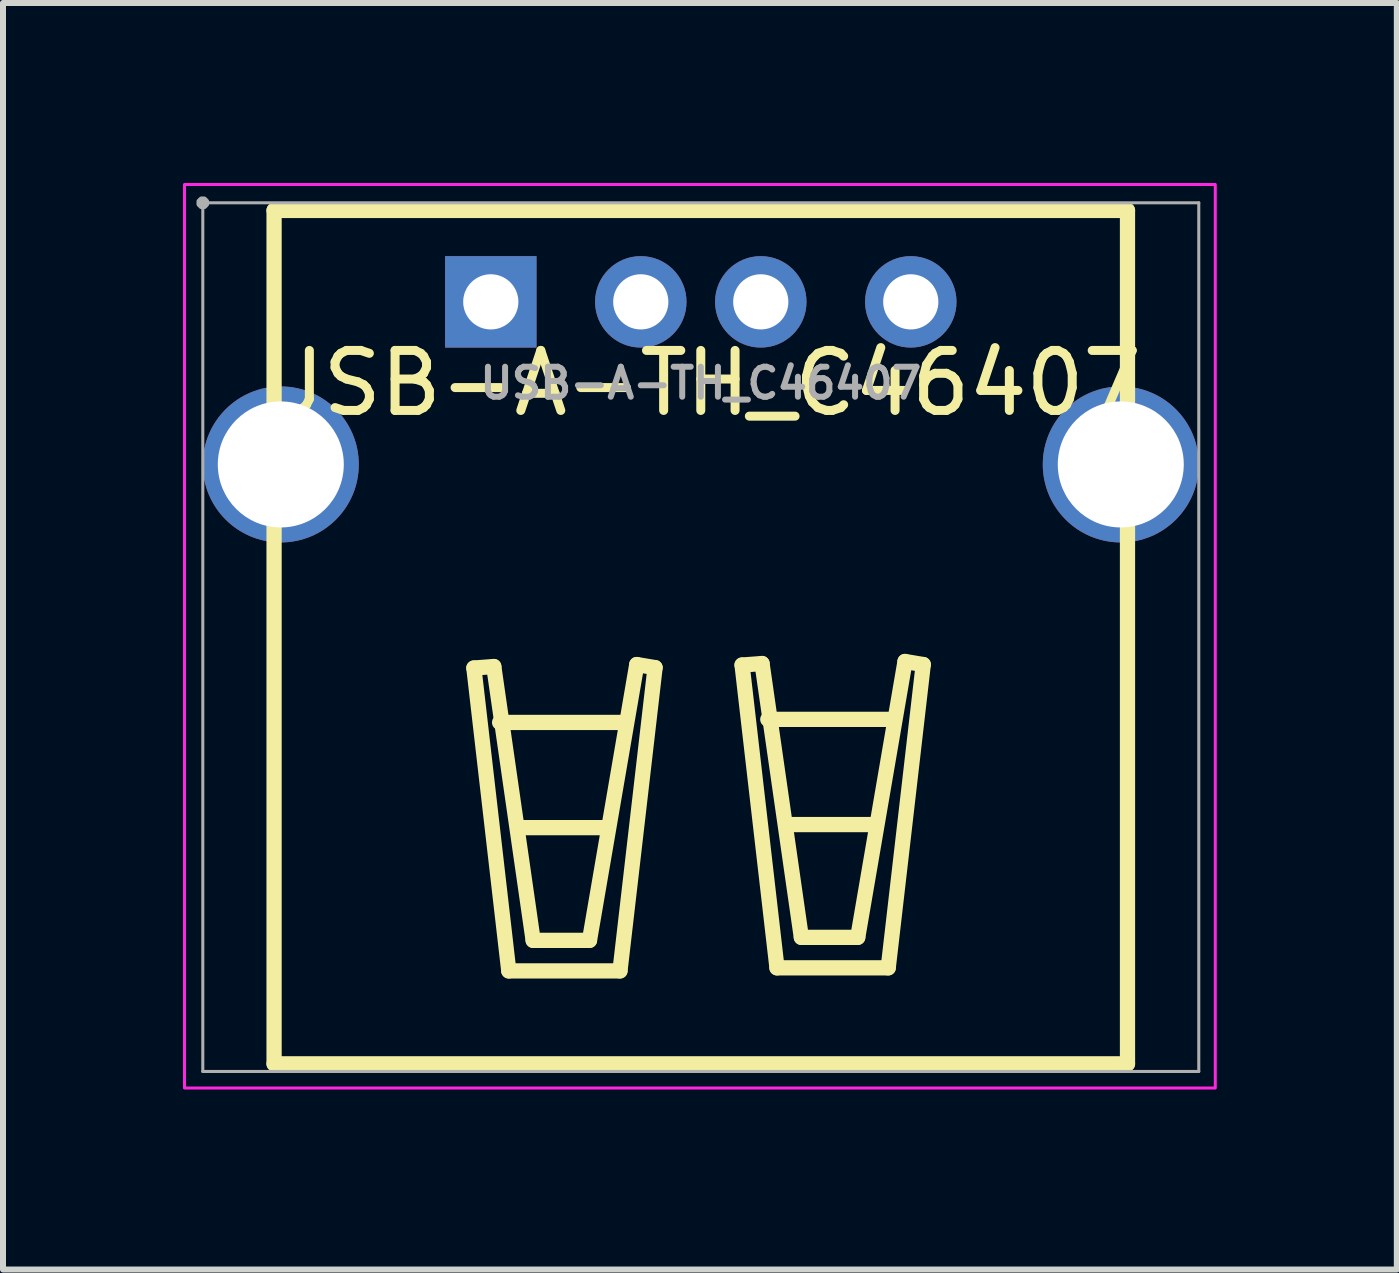
<source format=kicad_pcb>
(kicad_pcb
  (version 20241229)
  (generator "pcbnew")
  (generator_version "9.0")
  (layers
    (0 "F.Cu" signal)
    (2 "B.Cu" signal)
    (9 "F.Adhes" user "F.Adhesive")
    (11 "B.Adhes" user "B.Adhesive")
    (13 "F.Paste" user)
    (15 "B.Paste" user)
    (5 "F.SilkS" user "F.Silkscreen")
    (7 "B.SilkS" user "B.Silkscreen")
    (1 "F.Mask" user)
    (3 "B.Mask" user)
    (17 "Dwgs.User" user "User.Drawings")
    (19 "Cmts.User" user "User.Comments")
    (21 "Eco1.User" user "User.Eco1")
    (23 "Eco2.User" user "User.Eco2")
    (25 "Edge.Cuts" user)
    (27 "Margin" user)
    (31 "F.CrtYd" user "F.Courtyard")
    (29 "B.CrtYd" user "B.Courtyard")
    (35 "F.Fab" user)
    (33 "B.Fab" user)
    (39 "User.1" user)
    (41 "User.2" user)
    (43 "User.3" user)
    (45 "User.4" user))
  (footprint "USB-A-TH_C46407"
    (layer "F.Cu")
    (at 8.63 3.336)
    (property "Reference" "USB-A-TH_C46407" (at 0 0 0) (layer "F.SilkS") (effects (font (size 1 1) (thickness 0.15))))
    (fp_line (start -7.112 -2.879) (end 7.112 -2.879) (stroke (width 0.254) (type default)) (layer "F.SilkS"))
    (fp_line (start -7.112 11.345) (end -7.112 -2.879) (stroke (width 0.254) (type default)) (layer "F.SilkS"))
    (fp_line (start -3.782 4.748) (end -3.2 9.796) (stroke (width 0.254) (type default)) (layer "F.SilkS"))
    (fp_line (start -3.45 4.723) (end -3.782 4.748) (stroke (width 0.254) (type default)) (layer "F.SilkS"))
    (fp_line (start -3.353 5.655) (end -1.27 5.655) (stroke (width 0.254) (type default)) (layer "F.SilkS"))
    (fp_line (start -3.2 9.796) (end -1.347 9.796) (stroke (width 0.254) (type default)) (layer "F.SilkS"))
    (fp_line (start -3.023 7.408) (end -1.575 7.408) (stroke (width 0.254) (type default)) (layer "F.SilkS"))
    (fp_line (start -2.794 9.287) (end -3.45 4.723) (stroke (width 0.254) (type default)) (layer "F.SilkS"))
    (fp_line (start -1.855 9.287) (end -2.794 9.287) (stroke (width 0.254) (type default)) (layer "F.SilkS"))
    (fp_line (start -1.347 9.796) (end -0.762 4.741) (stroke (width 0.254) (type default)) (layer "F.SilkS"))
    (fp_line (start -1.067 4.69) (end -1.855 9.287) (stroke (width 0.254) (type default)) (layer "F.SilkS"))
    (fp_line (start -0.762 4.741) (end -1.067 4.69) (stroke (width 0.254) (type default)) (layer "F.SilkS"))
    (fp_line (start 0.688 4.698) (end 1.021 4.673) (stroke (width 0.254) (type default)) (layer "F.SilkS"))
    (fp_line (start 1.021 4.673) (end 1.676 9.237) (stroke (width 0.254) (type default)) (layer "F.SilkS"))
    (fp_line (start 1.117 5.604) (end 3.2 5.604) (stroke (width 0.254) (type default)) (layer "F.SilkS"))
    (fp_line (start 1.27 9.745) (end 0.688 4.698) (stroke (width 0.254) (type default)) (layer "F.SilkS"))
    (fp_line (start 1.448 7.357) (end 2.896 7.357) (stroke (width 0.254) (type default)) (layer "F.SilkS"))
    (fp_line (start 1.676 9.237) (end 2.616 9.237) (stroke (width 0.254) (type default)) (layer "F.SilkS"))
    (fp_line (start 2.616 9.237) (end 3.404 4.639) (stroke (width 0.254) (type default)) (layer "F.SilkS"))
    (fp_line (start 3.124 9.745) (end 1.27 9.745) (stroke (width 0.254) (type default)) (layer "F.SilkS"))
    (fp_line (start 3.404 4.639) (end 3.708 4.69) (stroke (width 0.254) (type default)) (layer "F.SilkS"))
    (fp_line (start 3.708 4.69) (end 3.124 9.745) (stroke (width 0.254) (type default)) (layer "F.SilkS"))
    (fp_line (start 7.112 -2.879) (end 7.112 11.345) (stroke (width 0.254) (type default)) (layer "F.SilkS"))
    (fp_line (start 7.112 11.345) (end -7.112 11.345) (stroke (width 0.254) (type default)) (layer "F.SilkS"))
    (fp_rect (start -8.605 -3.311) (end 8.575 11.748) (stroke (width 0.05) (type default)) (fill no) (layer "F.CrtYd"))
    (fp_line (start -8.3 -3.006) (end 8.3 -3.006) (stroke (width 0.051) (type default)) (layer "F.Fab"))
    (fp_line (start -8.3 11.472) (end -8.3 -3.006) (stroke (width 0.051) (type default)) (layer "F.Fab"))
    (fp_line (start 8.3 -3.006) (end 8.3 11.472) (stroke (width 0.051) (type default)) (layer "F.Fab"))
    (fp_line (start 8.3 11.472) (end -8.3 11.472) (stroke (width 0.051) (type default)) (layer "F.Fab"))
    (fp_poly (pts (xy -8.245 -3.029) (xy -8.277 -3.061) (xy -8.323 -3.061) (xy -8.355 -3.029) (xy -8.355 -2.983) (xy -8.323 -2.951) (xy -8.277 -2.951) (xy -8.245 -2.983)) (stroke (width 0.1) (type default)) (fill no) (layer "F.Fab"))
    (fp_poly (pts (xy -3.143 -1.402) (xy -3.167 -1.493) (xy -3.214 -1.574) (xy -3.281 -1.641) (xy -3.362 -1.688) (xy -3.453 -1.712) (xy -3.547 -1.712) (xy -3.638 -1.688) (xy -3.719 -1.641) (xy -3.786 -1.574) (xy -3.833 -1.493) (xy -3.857 -1.402) (xy -3.857 -1.308) (xy -3.833 -1.217) (xy -3.786 -1.136) (xy -3.719 -1.069) (xy -3.638 -1.022) (xy -3.547 -0.998) (xy -3.453 -0.998) (xy -3.362 -1.022) (xy -3.281 -1.069) (xy -3.214 -1.136) (xy -3.167 -1.217) (xy -3.143 -1.308)) (stroke (width 0.1) (type default)) (fill no) (layer "User.1"))
    (fp_poly (pts (xy -0.643 -1.402) (xy -0.667 -1.493) (xy -0.714 -1.574) (xy -0.781 -1.641) (xy -0.862 -1.688) (xy -0.953 -1.712) (xy -1.047 -1.712) (xy -1.138 -1.688) (xy -1.219 -1.641) (xy -1.286 -1.574) (xy -1.333 -1.493) (xy -1.357 -1.402) (xy -1.357 -1.308) (xy -1.333 -1.217) (xy -1.286 -1.136) (xy -1.219 -1.069) (xy -1.138 -1.022) (xy -1.047 -0.998) (xy -0.953 -0.998) (xy -0.862 -1.022) (xy -0.781 -1.069) (xy -0.714 -1.136) (xy -0.667 -1.217) (xy -0.643 -1.308)) (stroke (width 0.1) (type default)) (fill no) (layer "User.1"))
    (fp_poly (pts (xy 1.357 -1.402) (xy 1.333 -1.493) (xy 1.286 -1.574) (xy 1.219 -1.641) (xy 1.138 -1.688) (xy 1.047 -1.712) (xy 0.953 -1.712) (xy 0.862 -1.688) (xy 0.781 -1.641) (xy 0.714 -1.574) (xy 0.667 -1.493) (xy 0.643 -1.402) (xy 0.643 -1.308) (xy 0.667 -1.217) (xy 0.714 -1.136) (xy 0.781 -1.069) (xy 0.862 -1.022) (xy 0.953 -0.998) (xy 1.047 -0.998) (xy 1.138 -1.022) (xy 1.219 -1.069) (xy 1.286 -1.136) (xy 1.333 -1.217) (xy 1.357 -1.308)) (stroke (width 0.1) (type default)) (fill no) (layer "User.1"))
    (fp_poly (pts (xy 3.857 -1.402) (xy 3.833 -1.493) (xy 3.786 -1.574) (xy 3.719 -1.641) (xy 3.638 -1.688) (xy 3.547 -1.712) (xy 3.453 -1.712) (xy 3.362 -1.688) (xy 3.281 -1.641) (xy 3.214 -1.574) (xy 3.167 -1.493) (xy 3.143 -1.402) (xy 3.143 -1.308) (xy 3.167 -1.217) (xy 3.214 -1.136) (xy 3.281 -1.069) (xy 3.362 -1.022) (xy 3.453 -0.998) (xy 3.547 -0.998) (xy 3.638 -1.022) (xy 3.719 -1.069) (xy 3.786 -1.136) (xy 3.833 -1.217) (xy 3.857 -1.308)) (stroke (width 0.1) (type default)) (fill no) (layer "User.1"))
    (fp_poly (pts (xy -6.055 1.262) (xy -6.091 1.079) (xy -6.162 0.907) (xy -6.266 0.752) (xy -6.397 0.621) (xy -6.552 0.517) (xy -6.724 0.446) (xy -6.907 0.41) (xy -7.093 0.41) (xy -7.276 0.446) (xy -7.448 0.517) (xy -7.603 0.621) (xy -7.734 0.752) (xy -7.838 0.907) (xy -7.909 1.079) (xy -7.945 1.262) (xy -7.945 1.448) (xy -7.909 1.631) (xy -7.838 1.803) (xy -7.734 1.958) (xy -7.603 2.089) (xy -7.448 2.193) (xy -7.276 2.264) (xy -7.093 2.3) (xy -6.907 2.3) (xy -6.724 2.264) (xy -6.552 2.193) (xy -6.397 2.089) (xy -6.266 1.958) (xy -6.162 1.803) (xy -6.091 1.631) (xy -6.055 1.448)) (stroke (width 0.1) (type default)) (fill no) (layer "User.1"))
    (fp_poly (pts (xy 7.945 1.262) (xy 7.909 1.079) (xy 7.838 0.907) (xy 7.734 0.752) (xy 7.603 0.621) (xy 7.448 0.517) (xy 7.276 0.446) (xy 7.093 0.41) (xy 6.907 0.41) (xy 6.724 0.446) (xy 6.552 0.517) (xy 6.397 0.621) (xy 6.266 0.752) (xy 6.162 0.907) (xy 6.091 1.079) (xy 6.055 1.262) (xy 6.055 1.448) (xy 6.091 1.631) (xy 6.162 1.803) (xy 6.266 1.958) (xy 6.397 2.089) (xy 6.552 2.193) (xy 6.724 2.264) (xy 6.907 2.3) (xy 7.093 2.3) (xy 7.276 2.264) (xy 7.448 2.193) (xy 7.603 2.089) (xy 7.734 1.958) (xy 7.838 1.803) (xy 7.909 1.631) (xy 7.945 1.448)) (stroke (width 0.1) (type default)) (fill no) (layer "User.1"))
    (fp_text user "${REFERENCE}" (at 0 0 0) (layer "F.Fab") (effects (font (size 0.5 0.5) (thickness 0.1))))
    (pad "1" thru_hole rect (at -3.5 -1.355) (size 1.524 1.524) (drill 0.92) (layers "*.Cu" "*.Mask"))
    (pad "2" thru_hole circle (at -1 -1.355) (size 1.524 1.524) (drill 0.92) (layers "*.Cu" "*.Mask"))
    (pad "3" thru_hole circle (at 1 -1.355) (size 1.524 1.524) (drill 0.92) (layers "*.Cu" "*.Mask"))
    (pad "4" thru_hole circle (at 3.5 -1.355) (size 1.524 1.524) (drill 0.92) (layers "*.Cu" "*.Mask"))
    (pad "5" thru_hole circle (at 7 1.355) (size 2.6 2.6) (drill 2.1) (layers "*.Cu" "*.Mask"))
    (pad "6" thru_hole circle (at -7 1.355) (size 2.6 2.6) (drill 2.1) (layers "*.Cu" "*.Mask")))
  (gr_rect
    (start -3 -3)
    (end 20.231 18.109)
    (stroke (width 0.1) (type default))
    (fill no)
    (layer "Edge.Cuts")))
</source>
